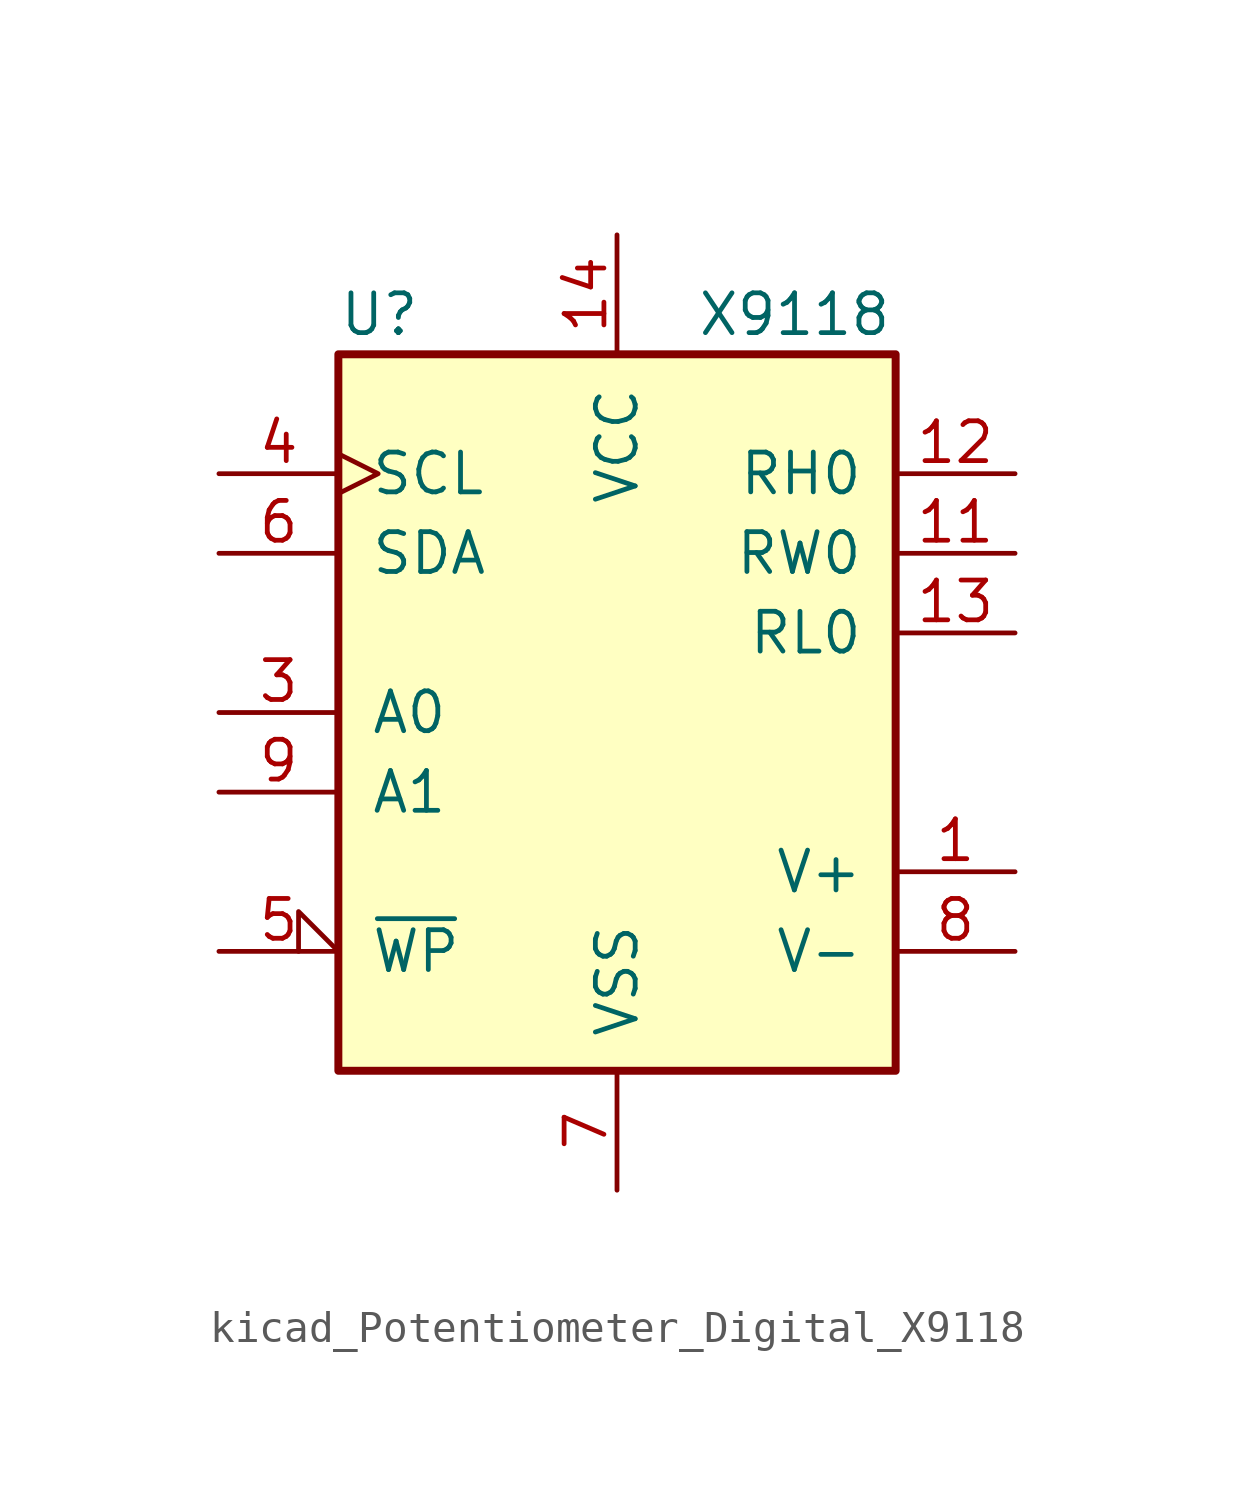
<source format=kicad_sym>
(kicad_symbol_lib
  (version 20220914)
  (generator kicad_symbol_editor)
  (symbol "kicad_Potentiometer_Digital_X9118"
    (pin_names
      (offset 1.016))
    (property "Reference" "U"
      (at -8.89 12.7 0)
      (effects (font (size 1.27 1.27)) (justify left)))
    (property "Value" "X9118"
      (at 2.54 12.7 0)
      (effects (font (size 1.27 1.27)) (justify left)))
    (symbol "kicad_Potentiometer_Digital_X9118_0_0"
      (pin passive line (at 12.7 -5.08 180) (length 3.81) (name "V+" (effects (font (size 1.27 1.27)))) (number "1" (effects (font (size 1.27 1.27)))))
      (pin power_in line (at 0 15.24 270) (length 3.81) (name "VCC" (effects (font (size 1.27 1.27)))) (number "14" (effects (font (size 1.27 1.27)))))
      (pin input line (at -12.7 0 0) (length 3.81) (name "A0" (effects (font (size 1.27 1.27)))) (number "3" (effects (font (size 1.27 1.27)))))
      (pin input clock (at -12.7 7.62 0) (length 3.81) (name "SCL" (effects (font (size 1.27 1.27)))) (number "4" (effects (font (size 1.27 1.27)))))
      (pin bidirectional line (at -12.7 5.08 0) (length 3.81) (name "SDA" (effects (font (size 1.27 1.27)))) (number "6" (effects (font (size 1.27 1.27)))))
      (pin power_in line (at 0 -15.24 90) (length 3.81) (name "VSS" (effects (font (size 1.27 1.27)))) (number "7" (effects (font (size 1.27 1.27)))))
      (pin passive line (at 12.7 -7.62 180) (length 3.81) (name "V-" (effects (font (size 1.27 1.27)))) (number "8" (effects (font (size 1.27 1.27)))))
      (pin input line (at -12.7 -2.54 0) (length 3.81) (name "A1" (effects (font (size 1.27 1.27)))) (number "9" (effects (font (size 1.27 1.27))))))
    (symbol "kicad_Potentiometer_Digital_X9118_0_1"
      (rectangle (start -8.89 11.43) (end 8.89 -11.43) (stroke (width 0.254) (type default)) (fill (type background))))
    (symbol "kicad_Potentiometer_Digital_X9118_1_1"
      (pin passive line (at 12.7 5.08 180) (length 3.81) (name "RW0" (effects (font (size 1.27 1.27)))) (number "11" (effects (font (size 1.27 1.27)))))
      (pin passive line (at 12.7 7.62 180) (length 3.81) (name "RH0" (effects (font (size 1.27 1.27)))) (number "12" (effects (font (size 1.27 1.27)))))
      (pin passive line (at 12.7 2.54 180) (length 3.81) (name "RL0" (effects (font (size 1.27 1.27)))) (number "13" (effects (font (size 1.27 1.27)))))
      (pin input input_low (at -12.7 -7.62 0) (length 3.81) (name "~{WP}" (effects (font (size 1.27 1.27)))) (number "5" (effects (font (size 1.27 1.27))))))))
</source>
